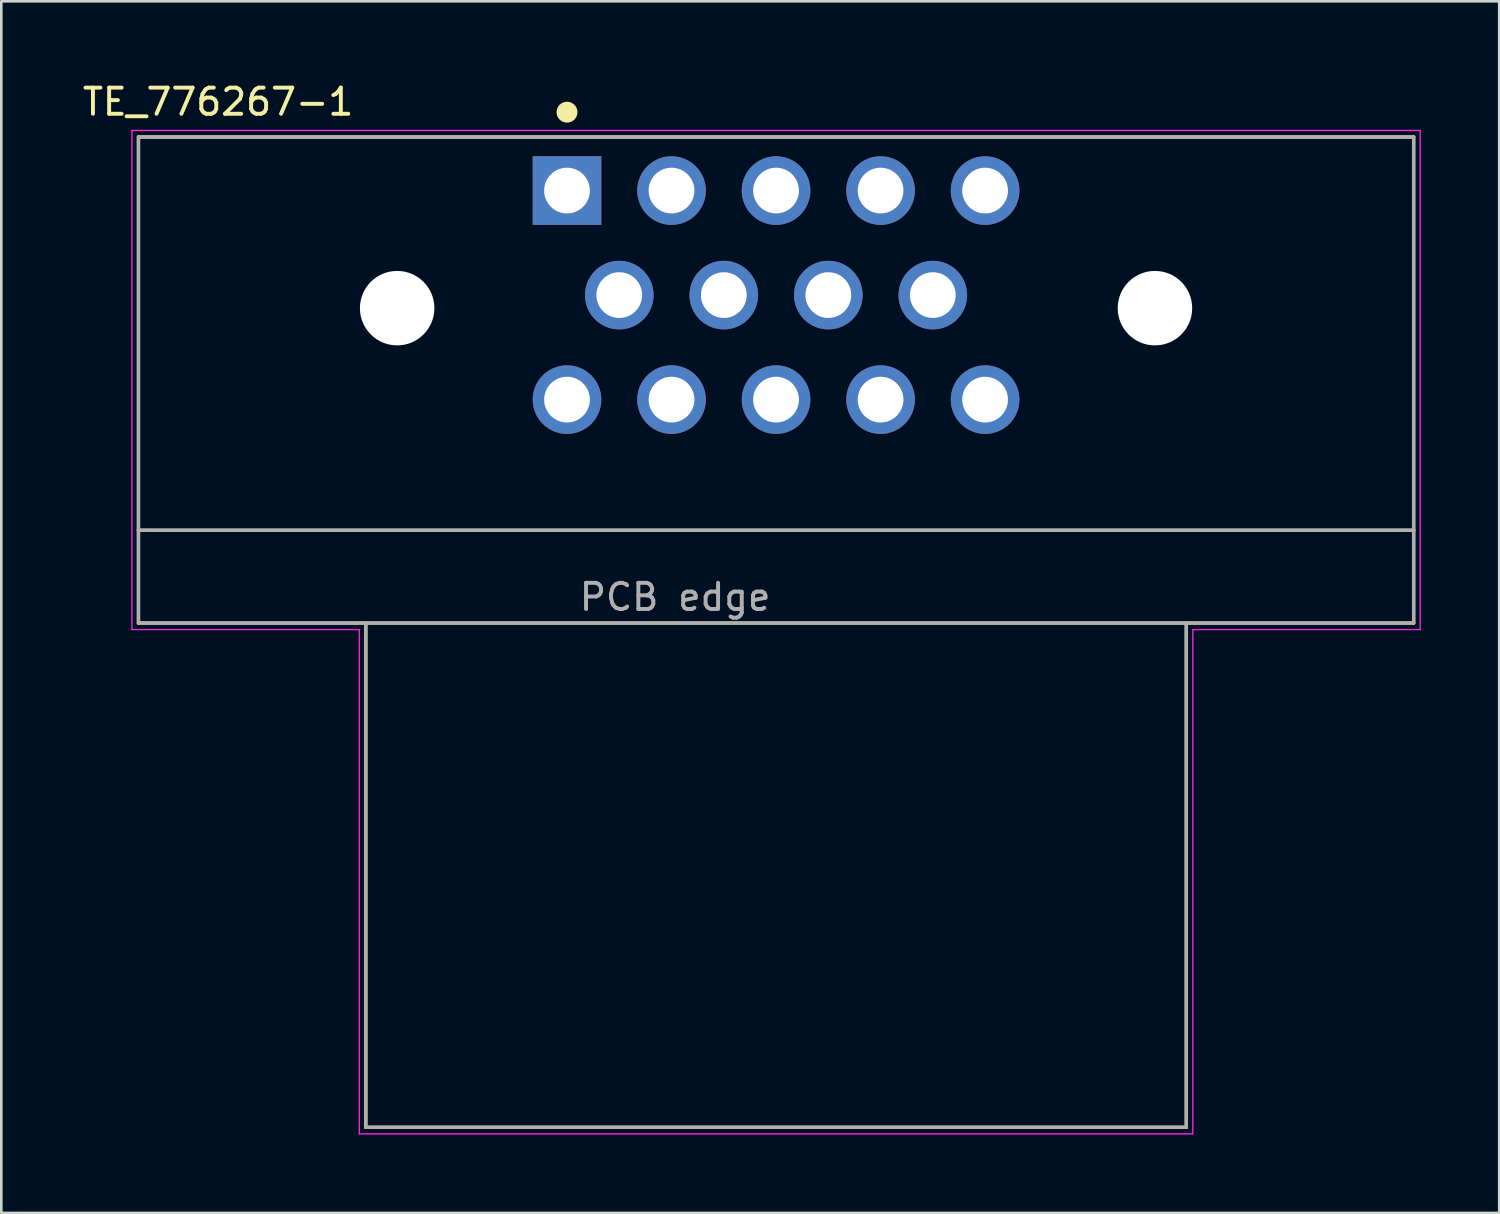
<source format=kicad_pcb>
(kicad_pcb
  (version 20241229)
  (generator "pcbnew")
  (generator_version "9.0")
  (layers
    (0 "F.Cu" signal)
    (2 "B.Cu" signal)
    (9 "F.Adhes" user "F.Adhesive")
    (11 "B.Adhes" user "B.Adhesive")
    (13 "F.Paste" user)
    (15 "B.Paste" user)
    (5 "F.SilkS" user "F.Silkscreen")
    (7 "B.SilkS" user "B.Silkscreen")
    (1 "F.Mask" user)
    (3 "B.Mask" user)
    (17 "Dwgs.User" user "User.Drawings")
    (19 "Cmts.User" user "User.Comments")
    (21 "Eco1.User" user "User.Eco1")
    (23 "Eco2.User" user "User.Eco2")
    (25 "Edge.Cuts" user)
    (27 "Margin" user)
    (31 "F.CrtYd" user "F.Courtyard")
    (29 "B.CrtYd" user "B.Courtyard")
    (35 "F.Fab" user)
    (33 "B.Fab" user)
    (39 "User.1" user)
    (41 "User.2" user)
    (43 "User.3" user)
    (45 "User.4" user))
  (footprint "TE_776267-1"
    (layer "F.Cu")
    (at 26.649 8.243)
    (property "Reference" "TE_776267-1" (at -21.351 -7.394 0) (layer "F.SilkS") (effects (font (size 1.001 1.001) (thickness 0.15))))
    (attr through_hole)
    (fp_line (start -24.4 -6.05) (end -24.4 9) (stroke (width 0.127) (type solid)) (layer "F.SilkS"))
    (fp_line (start -24.4 -6.05) (end 24.4 -6.05) (stroke (width 0.127) (type solid)) (layer "F.SilkS"))
    (fp_line (start -24.4 9) (end 24.4 9) (stroke (width 0.127) (type solid)) (layer "F.SilkS"))
    (fp_line (start -24.4 12.55) (end -24.4 9) (stroke (width 0.127) (type solid)) (layer "F.SilkS"))
    (fp_line (start -24.4 12.55) (end -15.7 12.55) (stroke (width 0.127) (type solid)) (layer "F.SilkS"))
    (fp_line (start -15.7 12.55) (end -15.7 31.85) (stroke (width 0.127) (type solid)) (layer "F.SilkS"))
    (fp_line (start -15.7 12.55) (end 15.7 12.55) (stroke (width 0.127) (type solid)) (layer "F.SilkS"))
    (fp_line (start -15.7 31.85) (end 15.7 31.85) (stroke (width 0.127) (type solid)) (layer "F.SilkS"))
    (fp_line (start 15.7 12.55) (end 24.4 12.55) (stroke (width 0.127) (type solid)) (layer "F.SilkS"))
    (fp_line (start 15.7 31.85) (end 15.7 12.55) (stroke (width 0.127) (type solid)) (layer "F.SilkS"))
    (fp_line (start 24.4 9) (end 24.4 -6.05) (stroke (width 0.127) (type solid)) (layer "F.SilkS"))
    (fp_line (start 24.4 9) (end 24.4 12.55) (stroke (width 0.127) (type solid)) (layer "F.SilkS"))
    (fp_circle (center -8 -7) (end -7.8 -7) (stroke (width 0.4) (type solid)) (fill no) (layer "F.SilkS"))
    (fp_line (start -24.65 -6.3) (end 24.65 -6.3) (stroke (width 0.05) (type solid)) (layer "F.CrtYd"))
    (fp_line (start -24.65 12.8) (end -24.65 -6.3) (stroke (width 0.05) (type solid)) (layer "F.CrtYd"))
    (fp_line (start -15.95 12.8) (end -24.65 12.8) (stroke (width 0.05) (type solid)) (layer "F.CrtYd"))
    (fp_line (start -15.95 32.1) (end -15.95 12.8) (stroke (width 0.05) (type solid)) (layer "F.CrtYd"))
    (fp_line (start 15.95 12.8) (end 15.95 32.1) (stroke (width 0.05) (type solid)) (layer "F.CrtYd"))
    (fp_line (start 15.95 32.1) (end -15.95 32.1) (stroke (width 0.05) (type solid)) (layer "F.CrtYd"))
    (fp_line (start 24.65 -6.3) (end 24.65 12.8) (stroke (width 0.05) (type solid)) (layer "F.CrtYd"))
    (fp_line (start 24.65 12.8) (end 15.95 12.8) (stroke (width 0.05) (type solid)) (layer "F.CrtYd"))
    (fp_line (start -24.4 -6.05) (end -24.4 9) (stroke (width 0.127) (type solid)) (layer "F.Fab"))
    (fp_line (start -24.4 9) (end 24.4 9) (stroke (width 0.127) (type solid)) (layer "F.Fab"))
    (fp_line (start -24.4 12.55) (end -24.4 9) (stroke (width 0.127) (type solid)) (layer "F.Fab"))
    (fp_line (start -24.4 12.55) (end -15.7 12.55) (stroke (width 0.127) (type solid)) (layer "F.Fab"))
    (fp_line (start -15.7 12.55) (end -15.7 31.85) (stroke (width 0.127) (type solid)) (layer "F.Fab"))
    (fp_line (start -15.7 12.55) (end 15.7 12.55) (stroke (width 0.127) (type solid)) (layer "F.Fab"))
    (fp_line (start -15.7 31.85) (end 15.7 31.85) (stroke (width 0.127) (type solid)) (layer "F.Fab"))
    (fp_line (start 15.7 12.55) (end 24.4 12.55) (stroke (width 0.127) (type solid)) (layer "F.Fab"))
    (fp_line (start 15.7 31.85) (end 15.7 12.55) (stroke (width 0.127) (type solid)) (layer "F.Fab"))
    (fp_line (start 24.4 -6.05) (end -24.4 -6.05) (stroke (width 0.127) (type solid)) (layer "F.Fab"))
    (fp_line (start 24.4 9) (end 24.4 -6.05) (stroke (width 0.127) (type solid)) (layer "F.Fab"))
    (fp_line (start 24.4 9) (end 24.4 12.55) (stroke (width 0.127) (type solid)) (layer "F.Fab"))
    (fp_circle (center -8 -4) (end -7.8 -4) (stroke (width 0.4) (type solid)) (fill no) (layer "F.Fab"))
    (fp_text user "PCB edge" (at -3.863 11.557 0) (layer "F.Fab") (effects (font (size 1.001 1.001) (thickness 0.15))))
    (pad "" np_thru_hole circle (at -14.5 0.5) (size 2.85 2.85) (drill 2.85) (layers "*.Cu" "*.Mask"))
    (pad "" np_thru_hole circle (at 14.5 0.5) (size 2.85 2.85) (drill 2.85) (layers "*.Cu" "*.Mask"))
    (pad "1" thru_hole rect (at -8 -4) (size 2.625 2.625) (drill 1.75) (layers "*.Cu" "*.Mask"))
    (pad "2" thru_hole circle (at -4 -4) (size 2.625 2.625) (drill 1.75) (layers "*.Cu" "*.Mask"))
    (pad "3" thru_hole circle (at 0 -4) (size 2.625 2.625) (drill 1.75) (layers "*.Cu" "*.Mask"))
    (pad "4" thru_hole circle (at 4 -4) (size 2.625 2.625) (drill 1.75) (layers "*.Cu" "*.Mask"))
    (pad "5" thru_hole circle (at 8 -4) (size 2.625 2.625) (drill 1.75) (layers "*.Cu" "*.Mask"))
    (pad "6" thru_hole circle (at -6 0) (size 2.625 2.625) (drill 1.75) (layers "*.Cu" "*.Mask"))
    (pad "7" thru_hole circle (at -2 0) (size 2.625 2.625) (drill 1.75) (layers "*.Cu" "*.Mask"))
    (pad "8" thru_hole circle (at 2 0) (size 2.625 2.625) (drill 1.75) (layers "*.Cu" "*.Mask"))
    (pad "9" thru_hole circle (at 6 0) (size 2.625 2.625) (drill 1.75) (layers "*.Cu" "*.Mask"))
    (pad "10" thru_hole circle (at -8 4) (size 2.625 2.625) (drill 1.75) (layers "*.Cu" "*.Mask"))
    (pad "11" thru_hole circle (at -4 4) (size 2.625 2.625) (drill 1.75) (layers "*.Cu" "*.Mask"))
    (pad "12" thru_hole circle (at 0 4) (size 2.625 2.625) (drill 1.75) (layers "*.Cu" "*.Mask"))
    (pad "13" thru_hole circle (at 4 4) (size 2.625 2.625) (drill 1.75) (layers "*.Cu" "*.Mask"))
    (pad "14" thru_hole circle (at 8 4) (size 2.625 2.625) (drill 1.75) (layers "*.Cu" "*.Mask")))
  (gr_rect
    (start -3 -3)
    (end 54.324 43.368)
    (stroke (width 0.1) (type default))
    (fill no)
    (layer "Edge.Cuts")))
</source>
